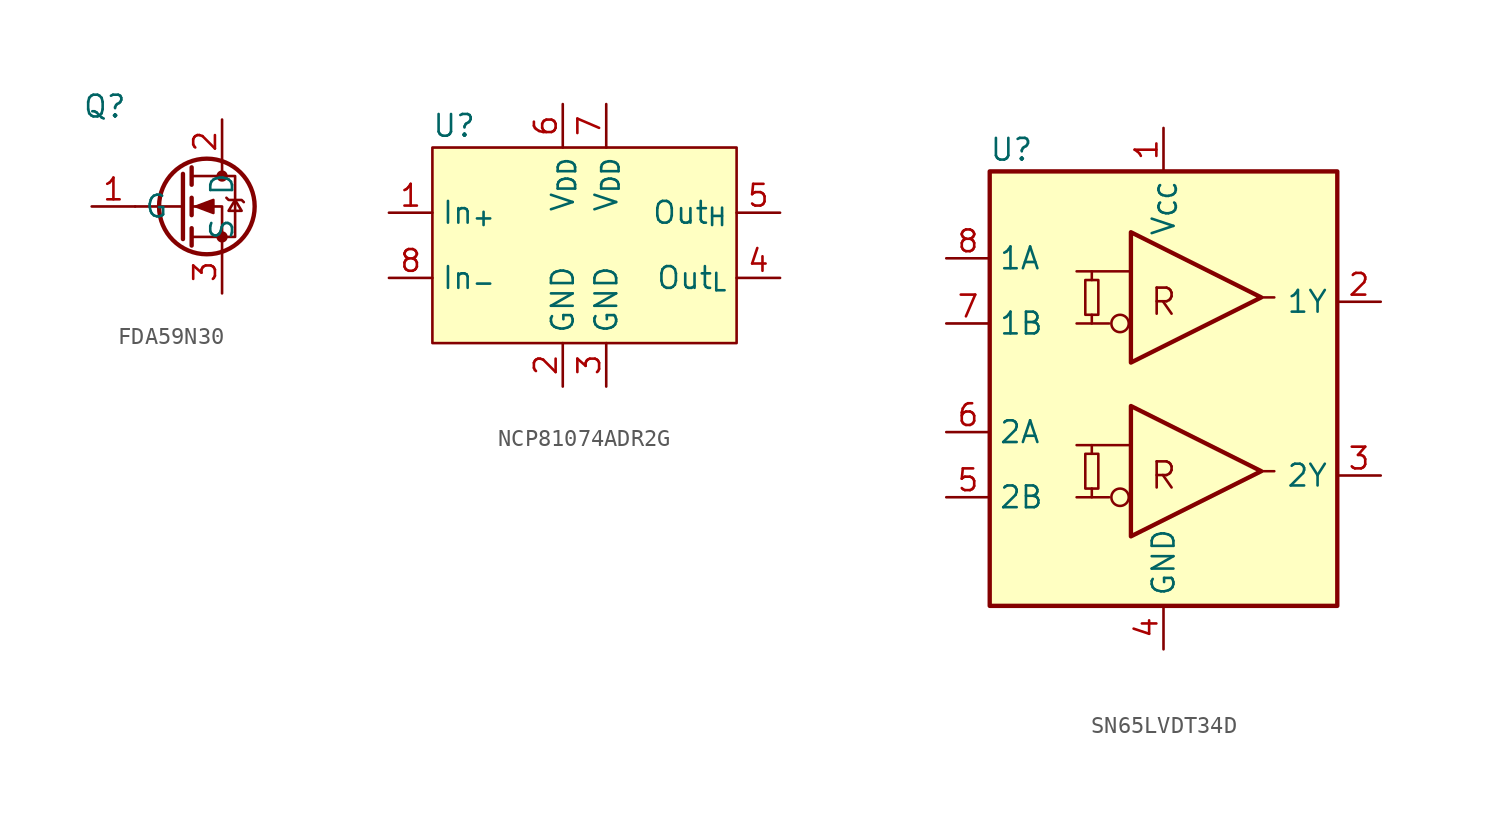
<source format=kicad_sym>
(kicad_symbol_lib
  (version 20231120)
  (generator "kicad_symbol_editor")
  (generator_version "8.0")
  (symbol "FDA59N30"
    (property "Reference" "Q"
      (at -4.318 5.842 0)
      (effects (font (size 1.27 1.27))))
    (property "Value" ""
      (at 0 0 0)
      (effects (font (size 1.27 1.27))))
    (symbol "FDA59N30_0_1"
      (polyline (pts (xy 0.254 0) (xy -2.54 0)) (stroke (width 0) (type default)) (fill (type none)))
      (polyline (pts (xy 0.254 1.905) (xy 0.254 -1.905)) (stroke (width 0.254) (type default)) (fill (type none)))
      (polyline (pts (xy 0.762 -1.27) (xy 0.762 -2.286)) (stroke (width 0.254) (type default)) (fill (type none)))
      (polyline (pts (xy 0.762 0.508) (xy 0.762 -0.508)) (stroke (width 0.254) (type default)) (fill (type none)))
      (polyline (pts (xy 0.762 2.286) (xy 0.762 1.27)) (stroke (width 0.254) (type default)) (fill (type none)))
      (polyline (pts (xy 2.54 2.54) (xy 2.54 1.778)) (stroke (width 0) (type default)) (fill (type none)))
      (polyline (pts (xy 2.54 -2.54) (xy 2.54 0) (xy 0.762 0)) (stroke (width 0) (type default)) (fill (type none)))
      (polyline (pts (xy 0.762 -1.778) (xy 3.302 -1.778) (xy 3.302 1.778) (xy 0.762 1.778)) (stroke (width 0) (type default)) (fill (type none)))
      (polyline (pts (xy 1.016 0) (xy 2.032 0.381) (xy 2.032 -0.381) (xy 1.016 0)) (stroke (width 0) (type default)) (fill (type outline)))
      (polyline (pts (xy 2.794 0.508) (xy 2.921 0.381) (xy 3.683 0.381) (xy 3.81 0.254)) (stroke (width 0) (type default)) (fill (type none)))
      (polyline (pts (xy 3.302 0.381) (xy 2.921 -0.254) (xy 3.683 -0.254) (xy 3.302 0.381)) (stroke (width 0) (type default)) (fill (type none)))
      (circle (center 1.651 0) (radius 2.794) (stroke (width 0.254) (type default)) (fill (type none)))
      (circle (center 2.54 -1.778) (radius 0.254) (stroke (width 0) (type default)) (fill (type outline)))
      (circle (center 2.54 1.778) (radius 0.254) (stroke (width 0) (type default)) (fill (type outline))))
    (symbol "FDA59N30_1_1"
      (pin input line (at -5.08 0 0) (length 2.54) (name "G" (effects (font (size 1.27 1.27)))) (number "1" (effects (font (size 1.27 1.27)))))
      (pin passive line (at 2.54 5.08 270) (length 2.54) (name "D" (effects (font (size 1.27 1.27)))) (number "2" (effects (font (size 1.27 1.27)))))
      (pin passive line (at 2.54 -5.08 90) (length 2.54) (name "S" (effects (font (size 1.27 1.27)))) (number "3" (effects (font (size 1.27 1.27)))))))
  (symbol "NCP81074ADR2G"
    (property "Reference" "U"
      (at -7.62 6.35 0)
      (effects (font (size 1.27 1.27))))
    (property "Value" ""
      (at 0 0 0)
      (effects (font (size 1.27 1.27))))
    (symbol "NCP81074ADR2G_1_1"
      (rectangle (start -8.89 5.08) (end 8.89 -6.35) (stroke (width 0) (type default)) (fill (type background)))
      (pin input line (at -11.43 1.27 0) (length 2.54) (name "In_{+}" (effects (font (size 1.27 1.27)))) (number "1" (effects (font (size 1.27 1.27)))))
      (pin power_in line (at -1.27 -8.89 90) (length 2.54) (name "GND" (effects (font (size 1.27 1.27)))) (number "2" (effects (font (size 1.27 1.27)))))
      (pin power_in line (at 1.27 -8.89 90) (length 2.54) (name "GND" (effects (font (size 1.27 1.27)))) (number "3" (effects (font (size 1.27 1.27)))))
      (pin output line (at 11.43 -2.54 180) (length 2.54) (name "Out_{L}" (effects (font (size 1.27 1.27)))) (number "4" (effects (font (size 1.27 1.27)))))
      (pin output line (at 11.43 1.27 180) (length 2.54) (name "Out_{H}" (effects (font (size 1.27 1.27)))) (number "5" (effects (font (size 1.27 1.27)))))
      (pin power_in line (at -1.27 7.62 270) (length 2.54) (name "V_{DD}" (effects (font (size 1.27 1.27)))) (number "6" (effects (font (size 1.27 1.27)))))
      (pin power_in line (at 1.27 7.62 270) (length 2.54) (name "V_{DD}" (effects (font (size 1.27 1.27)))) (number "7" (effects (font (size 1.27 1.27)))))
      (pin input line (at -11.43 -2.54 0) (length 2.54) (name "In_{-}" (effects (font (size 1.27 1.27)))) (number "8" (effects (font (size 1.27 1.27)))))))
  (symbol "SN65LVDT34D"
    (property "Reference" "U"
      (at -8.89 13.97 0)
      (effects (font (size 1.27 1.27))))
    (property "Value" ""
      (at 0 5.08 0)
      (effects (font (size 1.27 1.27))))
    (symbol "SN65LVDT34D_0_1"
      (rectangle (start -4.572 -3.81) (end -3.81 -5.842) (stroke (width 0.15) (type default)) (fill (type background)))
      (rectangle (start -4.572 6.35) (end -3.81 4.318) (stroke (width 0.15) (type default)) (fill (type background)))
      (polyline (pts (xy -4.191 -5.842) (xy -4.191 -6.35)) (stroke (width 0.15) (type default)) (fill (type none)))
      (polyline (pts (xy -4.191 -3.302) (xy -4.191 -3.81)) (stroke (width 0.15) (type default)) (fill (type none)))
      (polyline (pts (xy -4.191 4.318) (xy -4.191 3.81)) (stroke (width 0.15) (type default)) (fill (type none)))
      (polyline (pts (xy -4.191 6.858) (xy -4.191 6.35)) (stroke (width 0.15) (type default)) (fill (type none))))
    (symbol "SN65LVDT34D_1_0"
      (rectangle (start -10.16 12.7) (end 10.16 -12.7) (stroke (width 0.254) (type default)) (fill (type background)))
      (circle (center -2.54 -6.35) (radius 0.508) (stroke (width 0.15) (type default)) (fill (type none)))
      (circle (center -2.54 3.81) (radius 0.508) (stroke (width 0.15) (type default)) (fill (type none)))
      (text "R" (at 0 -5.08 0) (effects (font (size 1.524 1.524))))
      (text "R" (at 0 5.08 0) (effects (font (size 1.524 1.524)))))
    (symbol "SN65LVDT34D_1_1"
      (polyline (pts (xy -5.08 -6.35) (xy -3.175 -6.35)) (stroke (width 0.15) (type default)) (fill (type none)))
      (polyline (pts (xy -5.08 -3.302) (xy -2.032 -3.302)) (stroke (width 0.15) (type default)) (fill (type none)))
      (polyline (pts (xy -5.08 3.81) (xy -3.175 3.81)) (stroke (width 0.15) (type default)) (fill (type none)))
      (polyline (pts (xy -5.08 6.858) (xy -2.032 6.858)) (stroke (width 0.15) (type default)) (fill (type none)))
      (polyline (pts (xy 6.477 -4.826) (xy 5.715 -4.826)) (stroke (width 0.15) (type default)) (fill (type none)))
      (polyline (pts (xy 6.477 5.334) (xy 5.715 5.334)) (stroke (width 0.15) (type default)) (fill (type none)))
      (polyline (pts (xy -1.905 -8.636) (xy -1.905 -1.016) (xy 5.715 -4.826) (xy -1.905 -8.636)) (stroke (width 0.254) (type default)) (fill (type none)))
      (polyline (pts (xy -1.905 1.524) (xy -1.905 9.144) (xy 5.715 5.334) (xy -1.905 1.524)) (stroke (width 0.254) (type default)) (fill (type none)))
      (pin power_in line (at 0 15.24 270) (length 2.54) (name "V_{CC}" (effects (font (size 1.27 1.27)))) (number "1" (effects (font (size 1.27 1.27)))))
      (pin output line (at 12.7 5.08 180) (length 2.54) (name "1Y" (effects (font (size 1.27 1.27)))) (number "2" (effects (font (size 1.27 1.27)))))
      (pin output line (at 12.7 -5.08 180) (length 2.54) (name "2Y" (effects (font (size 1.27 1.27)))) (number "3" (effects (font (size 1.27 1.27)))))
      (pin power_in line (at 0 -15.24 90) (length 2.54) (name "GND" (effects (font (size 1.27 1.27)))) (number "4" (effects (font (size 1.27 1.27)))))
      (pin input line (at -12.7 -6.35 0) (length 2.54) (name "2B" (effects (font (size 1.27 1.27)))) (number "5" (effects (font (size 1.27 1.27)))))
      (pin input line (at -12.7 -2.54 0) (length 2.54) (name "2A" (effects (font (size 1.27 1.27)))) (number "6" (effects (font (size 1.27 1.27)))))
      (pin input line (at -12.7 3.81 0) (length 2.54) (name "1B" (effects (font (size 1.27 1.27)))) (number "7" (effects (font (size 1.27 1.27)))))
      (pin input line (at -12.7 7.62 0) (length 2.54) (name "1A" (effects (font (size 1.27 1.27)))) (number "8" (effects (font (size 1.27 1.27))))))))
</source>
